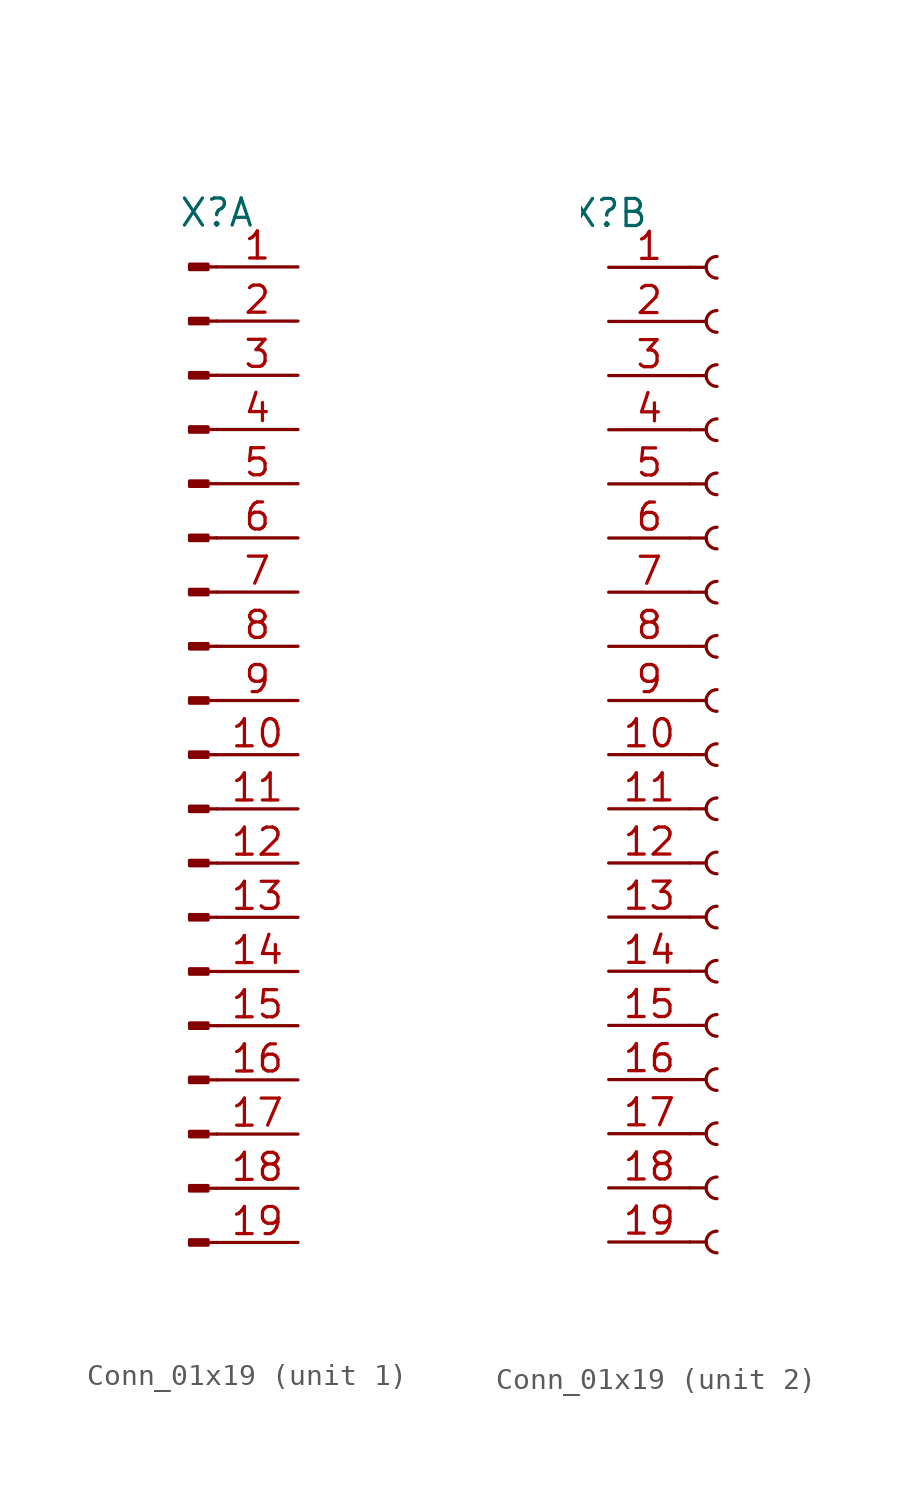
<source format=kicad_sym>
(kicad_symbol_lib
  (version 20241209)
  (generator "kicad_symbol_editor")
  (generator_version "9.0")
  (symbol "Conn_01x19"
    (pin_names
      (offset 1.016)
      (hide yes))
    (property "Reference" "X"
      (at 0 25.4 0)
      (do_not_autoplace)
      (effects (font (size 1.27 1.27))))
    (property "ki_locked" ""
      (at 0 0 0)
      (effects (font (size 1.27 1.27))))
    (symbol "Conn_01x19_1_1"
      (rectangle (start -0.406 22.987) (end -1.27 22.733) (stroke (width 0.152) (type default)) (fill (type outline)))
      (rectangle (start -0.406 20.447) (end -1.27 20.193) (stroke (width 0.152) (type default)) (fill (type outline)))
      (rectangle (start -0.406 17.907) (end -1.27 17.653) (stroke (width 0.152) (type default)) (fill (type outline)))
      (rectangle (start -0.406 15.367) (end -1.27 15.113) (stroke (width 0.152) (type default)) (fill (type outline)))
      (rectangle (start -0.406 12.827) (end -1.27 12.573) (stroke (width 0.152) (type default)) (fill (type outline)))
      (rectangle (start -0.406 10.287) (end -1.27 10.033) (stroke (width 0.152) (type default)) (fill (type outline)))
      (rectangle (start -0.406 7.747) (end -1.27 7.493) (stroke (width 0.152) (type default)) (fill (type outline)))
      (rectangle (start -0.406 5.207) (end -1.27 4.953) (stroke (width 0.152) (type default)) (fill (type outline)))
      (rectangle (start -0.406 2.667) (end -1.27 2.413) (stroke (width 0.152) (type default)) (fill (type outline)))
      (rectangle (start -0.406 0.127) (end -1.27 -0.127) (stroke (width 0.152) (type default)) (fill (type outline)))
      (rectangle (start -0.406 -2.413) (end -1.27 -2.667) (stroke (width 0.152) (type default)) (fill (type outline)))
      (rectangle (start -0.406 -4.953) (end -1.27 -5.207) (stroke (width 0.152) (type default)) (fill (type outline)))
      (rectangle (start -0.406 -7.493) (end -1.27 -7.747) (stroke (width 0.152) (type default)) (fill (type outline)))
      (rectangle (start -0.406 -10.033) (end -1.27 -10.287) (stroke (width 0.152) (type default)) (fill (type outline)))
      (rectangle (start -0.406 -12.573) (end -1.27 -12.827) (stroke (width 0.152) (type default)) (fill (type outline)))
      (rectangle (start -0.406 -15.113) (end -1.27 -15.367) (stroke (width 0.152) (type default)) (fill (type outline)))
      (rectangle (start -0.406 -17.653) (end -1.27 -17.907) (stroke (width 0.152) (type default)) (fill (type outline)))
      (rectangle (start -0.406 -20.193) (end -1.27 -20.447) (stroke (width 0.152) (type default)) (fill (type outline)))
      (rectangle (start -0.406 -22.733) (end -1.27 -22.987) (stroke (width 0.152) (type default)) (fill (type outline)))
      (polyline (pts (xy 0 22.86) (xy -0.406 22.86)) (stroke (width 0.152) (type default)) (fill (type none)))
      (polyline (pts (xy 0 20.32) (xy -0.406 20.32)) (stroke (width 0.152) (type default)) (fill (type none)))
      (polyline (pts (xy 0 17.78) (xy -0.406 17.78)) (stroke (width 0.152) (type default)) (fill (type none)))
      (polyline (pts (xy 0 15.24) (xy -0.406 15.24)) (stroke (width 0.152) (type default)) (fill (type none)))
      (polyline (pts (xy 0 12.7) (xy -0.406 12.7)) (stroke (width 0.152) (type default)) (fill (type none)))
      (polyline (pts (xy 0 10.16) (xy -0.406 10.16)) (stroke (width 0.152) (type default)) (fill (type none)))
      (polyline (pts (xy 0 7.62) (xy -0.406 7.62)) (stroke (width 0.152) (type default)) (fill (type none)))
      (polyline (pts (xy 0 5.08) (xy -0.406 5.08)) (stroke (width 0.152) (type default)) (fill (type none)))
      (polyline (pts (xy 0 2.54) (xy -0.406 2.54)) (stroke (width 0.152) (type default)) (fill (type none)))
      (polyline (pts (xy 0 0) (xy -0.406 0)) (stroke (width 0.152) (type default)) (fill (type none)))
      (polyline (pts (xy 0 -2.54) (xy -0.406 -2.54)) (stroke (width 0.152) (type default)) (fill (type none)))
      (polyline (pts (xy 0 -5.08) (xy -0.406 -5.08)) (stroke (width 0.152) (type default)) (fill (type none)))
      (polyline (pts (xy 0 -7.62) (xy -0.406 -7.62)) (stroke (width 0.152) (type default)) (fill (type none)))
      (polyline (pts (xy 0 -10.16) (xy -0.406 -10.16)) (stroke (width 0.152) (type default)) (fill (type none)))
      (polyline (pts (xy 0 -12.7) (xy -0.406 -12.7)) (stroke (width 0.152) (type default)) (fill (type none)))
      (polyline (pts (xy 0 -15.24) (xy -0.406 -15.24)) (stroke (width 0.152) (type default)) (fill (type none)))
      (polyline (pts (xy 0 -17.78) (xy -0.406 -17.78)) (stroke (width 0.152) (type default)) (fill (type none)))
      (polyline (pts (xy 0 -20.32) (xy -0.406 -20.32)) (stroke (width 0.152) (type default)) (fill (type none)))
      (polyline (pts (xy 0 -22.86) (xy -0.406 -22.86)) (stroke (width 0.152) (type default)) (fill (type none)))
      (pin passive line (at 3.81 22.86 180) (length 3.81) (name "Pin_1" (effects (font (size 1.27 1.27)))) (number "1" (effects (font (size 1.27 1.27)))))
      (pin passive line (at 3.81 20.32 180) (length 3.81) (name "Pin_2" (effects (font (size 1.27 1.27)))) (number "2" (effects (font (size 1.27 1.27)))))
      (pin passive line (at 3.81 17.78 180) (length 3.81) (name "Pin_3" (effects (font (size 1.27 1.27)))) (number "3" (effects (font (size 1.27 1.27)))))
      (pin passive line (at 3.81 15.24 180) (length 3.81) (name "Pin_4" (effects (font (size 1.27 1.27)))) (number "4" (effects (font (size 1.27 1.27)))))
      (pin passive line (at 3.81 12.7 180) (length 3.81) (name "Pin_5" (effects (font (size 1.27 1.27)))) (number "5" (effects (font (size 1.27 1.27)))))
      (pin passive line (at 3.81 10.16 180) (length 3.81) (name "Pin_6" (effects (font (size 1.27 1.27)))) (number "6" (effects (font (size 1.27 1.27)))))
      (pin passive line (at 3.81 7.62 180) (length 3.81) (name "Pin_7" (effects (font (size 1.27 1.27)))) (number "7" (effects (font (size 1.27 1.27)))))
      (pin passive line (at 3.81 5.08 180) (length 3.81) (name "Pin_8" (effects (font (size 1.27 1.27)))) (number "8" (effects (font (size 1.27 1.27)))))
      (pin passive line (at 3.81 2.54 180) (length 3.81) (name "Pin_9" (effects (font (size 1.27 1.27)))) (number "9" (effects (font (size 1.27 1.27)))))
      (pin passive line (at 3.81 0 180) (length 3.81) (name "Pin_10" (effects (font (size 1.27 1.27)))) (number "10" (effects (font (size 1.27 1.27)))))
      (pin passive line (at 3.81 -2.54 180) (length 3.81) (name "Pin_11" (effects (font (size 1.27 1.27)))) (number "11" (effects (font (size 1.27 1.27)))))
      (pin passive line (at 3.81 -5.08 180) (length 3.81) (name "Pin_12" (effects (font (size 1.27 1.27)))) (number "12" (effects (font (size 1.27 1.27)))))
      (pin passive line (at 3.81 -7.62 180) (length 3.81) (name "Pin_13" (effects (font (size 1.27 1.27)))) (number "13" (effects (font (size 1.27 1.27)))))
      (pin passive line (at 3.81 -10.16 180) (length 3.81) (name "Pin_14" (effects (font (size 1.27 1.27)))) (number "14" (effects (font (size 1.27 1.27)))))
      (pin passive line (at 3.81 -12.7 180) (length 3.81) (name "Pin_15" (effects (font (size 1.27 1.27)))) (number "15" (effects (font (size 1.27 1.27)))))
      (pin passive line (at 3.81 -15.24 180) (length 3.81) (name "Pin_16" (effects (font (size 1.27 1.27)))) (number "16" (effects (font (size 1.27 1.27)))))
      (pin passive line (at 3.81 -17.78 180) (length 3.81) (name "Pin_17" (effects (font (size 1.27 1.27)))) (number "17" (effects (font (size 1.27 1.27)))))
      (pin passive line (at 3.81 -20.32 180) (length 3.81) (name "Pin_18" (effects (font (size 1.27 1.27)))) (number "18" (effects (font (size 1.27 1.27)))))
      (pin passive line (at 3.81 -22.86 180) (length 3.81) (name "Pin_19" (effects (font (size 1.27 1.27)))) (number "19" (effects (font (size 1.27 1.27))))))
    (symbol "Conn_01x19_2_1"
      (polyline (pts (xy 3.81 22.86) (xy 4.572 22.86)) (stroke (width 0.152) (type default)) (fill (type none)))
      (polyline (pts (xy 3.81 20.32) (xy 4.572 20.32)) (stroke (width 0.152) (type default)) (fill (type none)))
      (polyline (pts (xy 3.81 17.78) (xy 4.572 17.78)) (stroke (width 0.152) (type default)) (fill (type none)))
      (polyline (pts (xy 3.81 15.24) (xy 4.572 15.24)) (stroke (width 0.152) (type default)) (fill (type none)))
      (polyline (pts (xy 3.81 12.7) (xy 4.572 12.7)) (stroke (width 0.152) (type default)) (fill (type none)))
      (polyline (pts (xy 3.81 10.16) (xy 4.572 10.16)) (stroke (width 0.152) (type default)) (fill (type none)))
      (polyline (pts (xy 3.81 7.62) (xy 4.572 7.62)) (stroke (width 0.152) (type default)) (fill (type none)))
      (polyline (pts (xy 3.81 5.08) (xy 4.572 5.08)) (stroke (width 0.152) (type default)) (fill (type none)))
      (polyline (pts (xy 3.81 2.54) (xy 4.572 2.54)) (stroke (width 0.152) (type default)) (fill (type none)))
      (polyline (pts (xy 3.81 0) (xy 4.572 0)) (stroke (width 0.152) (type default)) (fill (type none)))
      (polyline (pts (xy 3.81 -2.54) (xy 4.572 -2.54)) (stroke (width 0.152) (type default)) (fill (type none)))
      (polyline (pts (xy 3.81 -5.08) (xy 4.572 -5.08)) (stroke (width 0.152) (type default)) (fill (type none)))
      (polyline (pts (xy 3.81 -7.62) (xy 4.572 -7.62)) (stroke (width 0.152) (type default)) (fill (type none)))
      (polyline (pts (xy 3.81 -10.16) (xy 4.572 -10.16)) (stroke (width 0.152) (type default)) (fill (type none)))
      (polyline (pts (xy 3.81 -12.7) (xy 4.572 -12.7)) (stroke (width 0.152) (type default)) (fill (type none)))
      (polyline (pts (xy 3.81 -15.24) (xy 4.572 -15.24)) (stroke (width 0.152) (type default)) (fill (type none)))
      (polyline (pts (xy 3.81 -17.78) (xy 4.572 -17.78)) (stroke (width 0.152) (type default)) (fill (type none)))
      (polyline (pts (xy 3.81 -20.32) (xy 4.572 -20.32)) (stroke (width 0.152) (type default)) (fill (type none)))
      (polyline (pts (xy 3.81 -22.86) (xy 4.572 -22.86)) (stroke (width 0.152) (type default)) (fill (type none)))
      (arc (start 5.08 22.352) (mid 4.5742 22.86) (end 5.08 23.368) (stroke (width 0.1524) (type default)) (fill (type none)))
      (arc (start 5.08 19.812) (mid 4.5742 20.32) (end 5.08 20.828) (stroke (width 0.1524) (type default)) (fill (type none)))
      (arc (start 5.08 17.272) (mid 4.5742 17.78) (end 5.08 18.288) (stroke (width 0.1524) (type default)) (fill (type none)))
      (arc (start 5.08 14.732) (mid 4.5742 15.24) (end 5.08 15.748) (stroke (width 0.1524) (type default)) (fill (type none)))
      (arc (start 5.08 12.192) (mid 4.5742 12.7) (end 5.08 13.208) (stroke (width 0.1524) (type default)) (fill (type none)))
      (arc (start 5.08 9.652) (mid 4.5742 10.16) (end 5.08 10.668) (stroke (width 0.1524) (type default)) (fill (type none)))
      (arc (start 5.08 7.112) (mid 4.5742 7.62) (end 5.08 8.128) (stroke (width 0.1524) (type default)) (fill (type none)))
      (arc (start 5.08 4.572) (mid 4.5742 5.08) (end 5.08 5.588) (stroke (width 0.1524) (type default)) (fill (type none)))
      (arc (start 5.08 2.032) (mid 4.5742 2.54) (end 5.08 3.048) (stroke (width 0.1524) (type default)) (fill (type none)))
      (arc (start 5.08 -0.508) (mid 4.5742 0) (end 5.08 0.508) (stroke (width 0.1524) (type default)) (fill (type none)))
      (arc (start 5.08 -3.048) (mid 4.5742 -2.54) (end 5.08 -2.032) (stroke (width 0.1524) (type default)) (fill (type none)))
      (arc (start 5.08 -5.588) (mid 4.5742 -5.08) (end 5.08 -4.572) (stroke (width 0.1524) (type default)) (fill (type none)))
      (arc (start 5.08 -8.128) (mid 4.5742 -7.62) (end 5.08 -7.112) (stroke (width 0.1524) (type default)) (fill (type none)))
      (arc (start 5.08 -10.668) (mid 4.5742 -10.16) (end 5.08 -9.652) (stroke (width 0.1524) (type default)) (fill (type none)))
      (arc (start 5.08 -13.208) (mid 4.5742 -12.7) (end 5.08 -12.192) (stroke (width 0.1524) (type default)) (fill (type none)))
      (arc (start 5.08 -15.748) (mid 4.5742 -15.24) (end 5.08 -14.732) (stroke (width 0.1524) (type default)) (fill (type none)))
      (arc (start 5.08 -18.288) (mid 4.5742 -17.78) (end 5.08 -17.272) (stroke (width 0.1524) (type default)) (fill (type none)))
      (arc (start 5.08 -20.828) (mid 4.5742 -20.32) (end 5.08 -19.812) (stroke (width 0.1524) (type default)) (fill (type none)))
      (arc (start 5.08 -23.368) (mid 4.5742 -22.86) (end 5.08 -22.352) (stroke (width 0.1524) (type default)) (fill (type none)))
      (pin passive line (at 0 22.86 0) (length 3.81) (name "Pin_1" (effects (font (size 1.27 1.27)))) (number "1" (effects (font (size 1.27 1.27)))))
      (pin passive line (at 0 20.32 0) (length 3.81) (name "Pin_2" (effects (font (size 1.27 1.27)))) (number "2" (effects (font (size 1.27 1.27)))))
      (pin passive line (at 0 17.78 0) (length 3.81) (name "Pin_3" (effects (font (size 1.27 1.27)))) (number "3" (effects (font (size 1.27 1.27)))))
      (pin passive line (at 0 15.24 0) (length 3.81) (name "Pin_4" (effects (font (size 1.27 1.27)))) (number "4" (effects (font (size 1.27 1.27)))))
      (pin passive line (at 0 12.7 0) (length 3.81) (name "Pin_5" (effects (font (size 1.27 1.27)))) (number "5" (effects (font (size 1.27 1.27)))))
      (pin passive line (at 0 10.16 0) (length 3.81) (name "Pin_6" (effects (font (size 1.27 1.27)))) (number "6" (effects (font (size 1.27 1.27)))))
      (pin passive line (at 0 7.62 0) (length 3.81) (name "Pin_7" (effects (font (size 1.27 1.27)))) (number "7" (effects (font (size 1.27 1.27)))))
      (pin passive line (at 0 5.08 0) (length 3.81) (name "Pin_8" (effects (font (size 1.27 1.27)))) (number "8" (effects (font (size 1.27 1.27)))))
      (pin passive line (at 0 2.54 0) (length 3.81) (name "Pin_9" (effects (font (size 1.27 1.27)))) (number "9" (effects (font (size 1.27 1.27)))))
      (pin passive line (at 0 0 0) (length 3.81) (name "Pin_10" (effects (font (size 1.27 1.27)))) (number "10" (effects (font (size 1.27 1.27)))))
      (pin passive line (at 0 -2.54 0) (length 3.81) (name "Pin_11" (effects (font (size 1.27 1.27)))) (number "11" (effects (font (size 1.27 1.27)))))
      (pin passive line (at 0 -5.08 0) (length 3.81) (name "Pin_12" (effects (font (size 1.27 1.27)))) (number "12" (effects (font (size 1.27 1.27)))))
      (pin passive line (at 0 -7.62 0) (length 3.81) (name "Pin_13" (effects (font (size 1.27 1.27)))) (number "13" (effects (font (size 1.27 1.27)))))
      (pin passive line (at 0 -10.16 0) (length 3.81) (name "Pin_14" (effects (font (size 1.27 1.27)))) (number "14" (effects (font (size 1.27 1.27)))))
      (pin passive line (at 0 -12.7 0) (length 3.81) (name "Pin_15" (effects (font (size 1.27 1.27)))) (number "15" (effects (font (size 1.27 1.27)))))
      (pin passive line (at 0 -15.24 0) (length 3.81) (name "Pin_16" (effects (font (size 1.27 1.27)))) (number "16" (effects (font (size 1.27 1.27)))))
      (pin passive line (at 0 -17.78 0) (length 3.81) (name "Pin_17" (effects (font (size 1.27 1.27)))) (number "17" (effects (font (size 1.27 1.27)))))
      (pin passive line (at 0 -20.32 0) (length 3.81) (name "Pin_18" (effects (font (size 1.27 1.27)))) (number "18" (effects (font (size 1.27 1.27)))))
      (pin passive line (at 0 -22.86 0) (length 3.81) (name "Pin_19" (effects (font (size 1.27 1.27)))) (number "19" (effects (font (size 1.27 1.27))))))))
</source>
